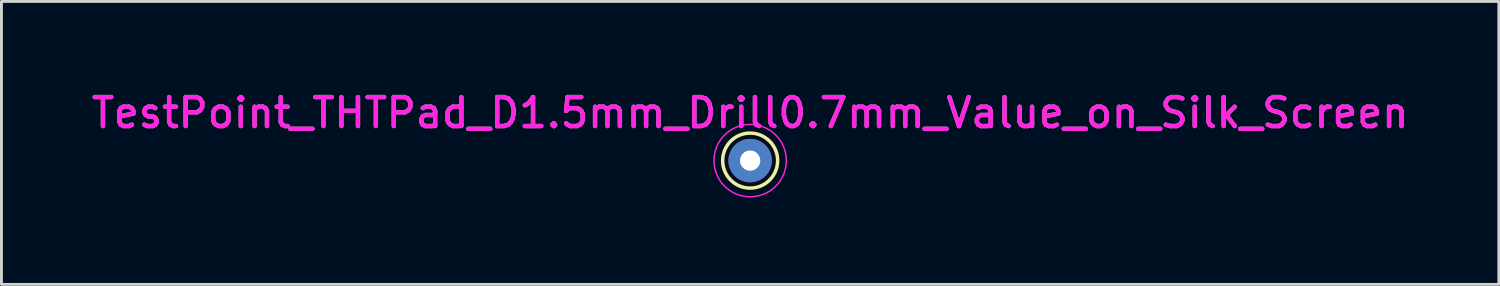
<source format=kicad_pcb>
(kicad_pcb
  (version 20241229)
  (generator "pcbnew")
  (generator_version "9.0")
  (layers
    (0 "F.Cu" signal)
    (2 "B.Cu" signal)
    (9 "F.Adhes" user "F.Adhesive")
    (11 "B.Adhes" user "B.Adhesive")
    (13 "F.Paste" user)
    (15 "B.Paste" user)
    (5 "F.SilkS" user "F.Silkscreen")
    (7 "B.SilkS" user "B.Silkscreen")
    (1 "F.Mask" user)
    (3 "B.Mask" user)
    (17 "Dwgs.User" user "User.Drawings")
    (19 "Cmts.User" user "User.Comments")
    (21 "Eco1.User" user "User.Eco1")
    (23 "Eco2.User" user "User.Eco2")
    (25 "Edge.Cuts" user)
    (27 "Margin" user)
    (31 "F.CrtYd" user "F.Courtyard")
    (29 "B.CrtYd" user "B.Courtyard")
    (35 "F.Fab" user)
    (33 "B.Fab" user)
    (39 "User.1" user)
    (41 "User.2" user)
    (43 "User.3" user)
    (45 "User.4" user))
  (footprint "TestPoint_THTPad_D1.5mm_Drill0.7mm_Value_on_Silk_Screen"
    (layer "F.Cu")
    (at 22.863 2.498)
    (property "Reference" "TestPoint_THTPad_D1.5mm_Drill0.7mm_Value_on_Silk_Screen" (at 0 -1.648 0) (layer "F.CrtYd") (effects (font (size 1 1) (thickness 0.15))))
    (attr exclude_from_pos_files exclude_from_bom)
    (fp_circle (center 0 0) (end 0 0.95) (stroke (width 0.12) (type solid)) (fill no) (layer "F.SilkS"))
    (fp_circle (center 0 0) (end 1.25 0) (stroke (width 0.05) (type solid)) (fill no) (layer "F.CrtYd"))
    (fp_text user "${REFERENCE}" (at 0 -1.65 0) (layer "F.Fab") (effects (font (size 1 1) (thickness 0.15))))
    (pad "1" thru_hole circle (at 0 0) (size 1.5 1.5) (drill 0.7) (layers "*.Cu" "*.Mask")))
  (gr_rect
    (start -3 -3)
    (end 48.726 6.773)
    (stroke (width 0.1) (type default))
    (fill no)
    (layer "Edge.Cuts")))
</source>
